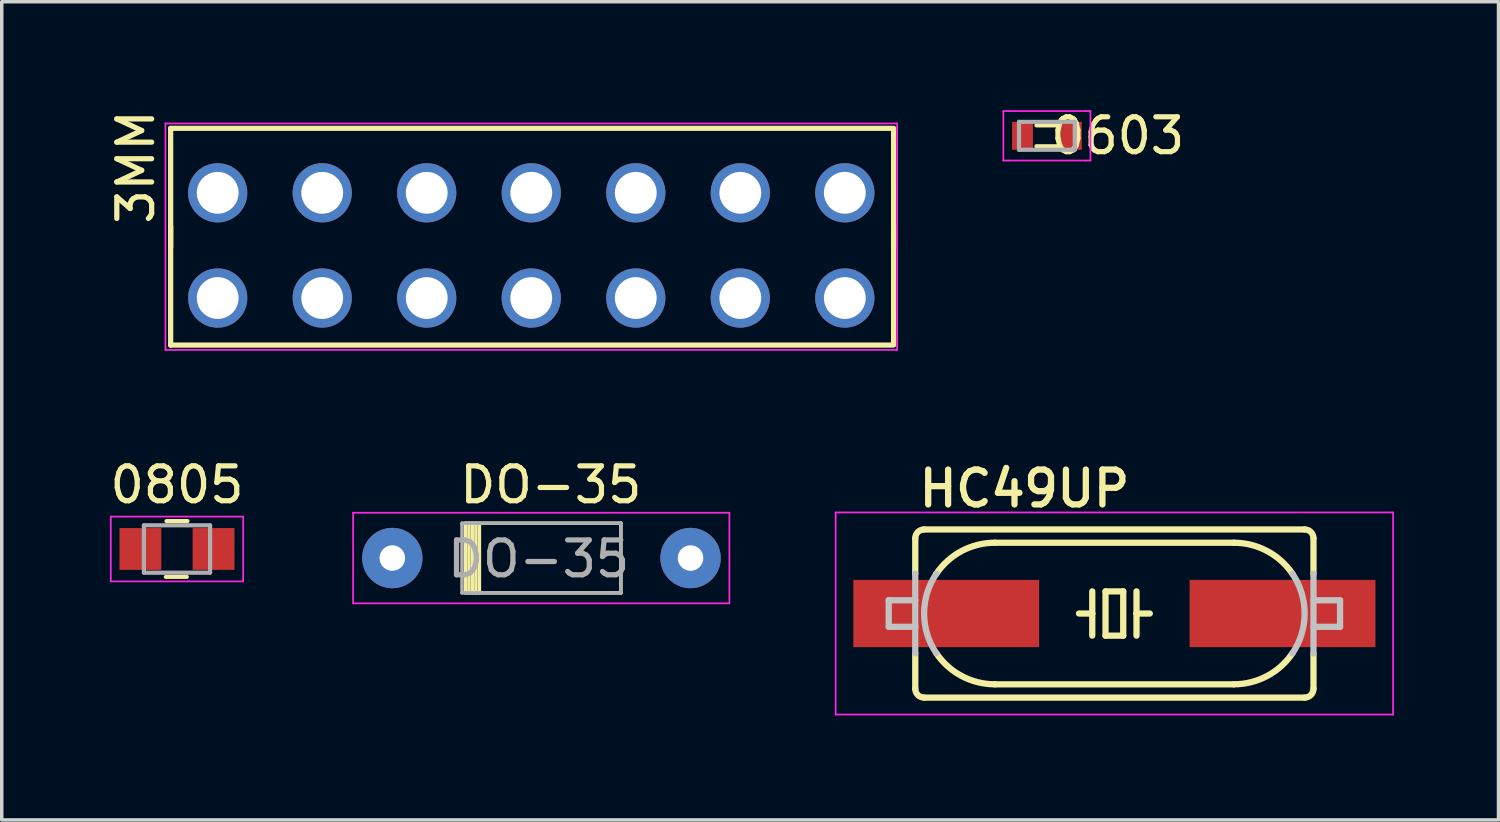
<source format=kicad_pcb>
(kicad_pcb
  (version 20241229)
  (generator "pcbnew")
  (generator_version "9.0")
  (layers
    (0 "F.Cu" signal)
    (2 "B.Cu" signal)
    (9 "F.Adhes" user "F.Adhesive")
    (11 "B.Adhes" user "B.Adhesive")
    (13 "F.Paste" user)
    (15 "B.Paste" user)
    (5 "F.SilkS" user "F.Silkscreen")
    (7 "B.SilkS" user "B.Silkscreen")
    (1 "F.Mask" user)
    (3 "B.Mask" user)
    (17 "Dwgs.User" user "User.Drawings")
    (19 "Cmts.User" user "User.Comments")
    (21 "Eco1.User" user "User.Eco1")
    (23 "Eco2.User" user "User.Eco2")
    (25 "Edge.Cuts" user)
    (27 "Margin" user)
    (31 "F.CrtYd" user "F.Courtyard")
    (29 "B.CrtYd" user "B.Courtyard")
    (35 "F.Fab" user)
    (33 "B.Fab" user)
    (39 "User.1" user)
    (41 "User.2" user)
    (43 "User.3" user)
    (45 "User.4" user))
  (footprint "0805"
    (layer "F.Cu")
    (at 2.03 12.707)
    (property "Reference" "0805" (at 0 -1.84 0) (layer "F.SilkS") (effects (font (size 1 1) (thickness 0.15))))
    (attr through_hole)
    (fp_line (start -0.32 0.8) (end 0.28 0.8) (stroke (width 0.12) (type solid)) (layer "F.SilkS"))
    (fp_line (start -0.3 -0.8) (end 0.3 -0.8) (stroke (width 0.12) (type solid)) (layer "F.SilkS"))
    (fp_line (start -1.9 -0.93) (end 1.9 -0.93) (stroke (width 0.05) (type solid)) (layer "F.CrtYd"))
    (fp_line (start -1.9 0.93) (end -1.9 -0.93) (stroke (width 0.05) (type solid)) (layer "F.CrtYd"))
    (fp_line (start -1.9 0.93) (end 1.9 0.93) (stroke (width 0.05) (type solid)) (layer "F.CrtYd"))
    (fp_line (start 1.9 0.93) (end 1.9 -0.93) (stroke (width 0.05) (type solid)) (layer "F.CrtYd"))
    (fp_line (start -0.95 -0.68) (end 0.95 -0.68) (stroke (width 0.12) (type solid)) (layer "F.Fab"))
    (fp_line (start -0.95 -0.675) (end -0.95 0.675) (stroke (width 0.12) (type solid)) (layer "F.Fab"))
    (fp_line (start -0.95 0.68) (end 0.95 0.68) (stroke (width 0.12) (type solid)) (layer "F.Fab"))
    (fp_line (start 0.95 -0.675) (end 0.95 0.675) (stroke (width 0.12) (type solid)) (layer "F.Fab"))
    (pad "1" smd rect (at -1.05 0) (size 1.2 1.2) (layers "F.Cu" "F.Mask" "F.Paste"))
    (pad "2" smd rect (at 1.05 0) (size 1.2 1.2) (layers "F.Cu" "F.Mask" "F.Paste")))
  (footprint "DO-35"
    (layer "F.Cu")
    (at 8.21 12.967)
    (property "Reference" "DO-35" (at 4.55 -2.1 0) (layer "F.SilkS") (effects (font (size 1 1) (thickness 0.15))))
    (attr through_hole)
    (fp_line (start 2.1 -1) (end 2.1 1) (stroke (width 0.1) (type solid)) (layer "F.SilkS"))
    (fp_line (start 2.1 -1) (end 6.56 -1) (stroke (width 0.1) (type solid)) (layer "F.SilkS"))
    (fp_line (start 2.2 -1) (end 2.2 1) (stroke (width 0.1) (type solid)) (layer "F.SilkS"))
    (fp_line (start 2.3 -1) (end 2.3 1) (stroke (width 0.1) (type solid)) (layer "F.SilkS"))
    (fp_line (start 2.4 -1) (end 2.4 1) (stroke (width 0.1) (type solid)) (layer "F.SilkS"))
    (fp_line (start 2.5 -1) (end 2.5 1) (stroke (width 0.1) (type solid)) (layer "F.SilkS"))
    (fp_line (start 6.56 -1) (end 6.56 1) (stroke (width 0.1) (type solid)) (layer "F.SilkS"))
    (fp_line (start 6.56 1) (end 2.1 1) (stroke (width 0.1) (type solid)) (layer "F.SilkS"))
    (fp_line (start -1.125 -1.3) (end -1.125 1.3) (stroke (width 0.05) (type solid)) (layer "F.CrtYd"))
    (fp_line (start -1.125 -1.3) (end 9.675 -1.3) (stroke (width 0.05) (type solid)) (layer "F.CrtYd"))
    (fp_line (start -1.125 1.3) (end 9.675 1.3) (stroke (width 0.05) (type solid)) (layer "F.CrtYd"))
    (fp_line (start 9.675 1.3) (end 9.675 -1.3) (stroke (width 0.05) (type solid)) (layer "F.CrtYd"))
    (fp_line (start 2 -1) (end 2 1) (stroke (width 0.1) (type solid)) (layer "F.Fab"))
    (fp_line (start 2 -1) (end 6.56 -1) (stroke (width 0.1) (type solid)) (layer "F.Fab"))
    (fp_line (start 6.56 -1) (end 6.56 1) (stroke (width 0.1) (type solid)) (layer "F.Fab"))
    (fp_line (start 6.56 1) (end 2 1) (stroke (width 0.1) (type solid)) (layer "F.Fab"))
    (fp_text user "${REFERENCE}" (at 4.2 0.025 0) (layer "F.Fab") (effects (font (size 1 1) (thickness 0.15))))
    (pad "A" thru_hole circle (at 8.56 0) (size 1.733 1.733) (drill 0.733) (layers "*.Cu" "*.Mask"))
    (pad "K" thru_hole circle (at 0 0) (size 1.733 1.733) (drill 0.733) (layers "*.Cu" "*.Mask")))
  (footprint "HC49UP"
    (layer "F.Cu")
    (at 28.935 14.559)
    (property "Reference" "HC49UP" (at -5.7 -3 0) (layer "F.SilkS") (effects (font (size 1 1) (thickness 0.18)) (justify left bottom)))
    (attr through_hole)
    (fp_line (start -5.715 -1.143) (end -5.715 -2.159) (stroke (width 0.18) (type solid)) (layer "F.SilkS"))
    (fp_line (start -5.715 2.159) (end -5.715 1.143) (stroke (width 0.18) (type solid)) (layer "F.SilkS"))
    (fp_line (start -3.429 -2.032) (end 3.429 -2.032) (stroke (width 0.18) (type solid)) (layer "F.SilkS"))
    (fp_line (start -0.635 -0.635) (end -0.635 0) (stroke (width 0.18) (type solid)) (layer "F.SilkS"))
    (fp_line (start -0.635 0) (end -1.016 0) (stroke (width 0.18) (type solid)) (layer "F.SilkS"))
    (fp_line (start -0.635 0) (end -0.635 0.635) (stroke (width 0.18) (type solid)) (layer "F.SilkS"))
    (fp_line (start -0.254 -0.635) (end -0.254 0.635) (stroke (width 0.18) (type solid)) (layer "F.SilkS"))
    (fp_line (start -0.254 0.635) (end 0.254 0.635) (stroke (width 0.18) (type solid)) (layer "F.SilkS"))
    (fp_line (start 0.254 -0.635) (end -0.254 -0.635) (stroke (width 0.18) (type solid)) (layer "F.SilkS"))
    (fp_line (start 0.254 0.635) (end 0.254 -0.635) (stroke (width 0.18) (type solid)) (layer "F.SilkS"))
    (fp_line (start 0.635 -0.635) (end 0.635 0) (stroke (width 0.18) (type solid)) (layer "F.SilkS"))
    (fp_line (start 0.635 0) (end 0.635 0.635) (stroke (width 0.18) (type solid)) (layer "F.SilkS"))
    (fp_line (start 0.635 0) (end 1.016 0) (stroke (width 0.18) (type solid)) (layer "F.SilkS"))
    (fp_line (start 3.429 2.032) (end -3.429 2.032) (stroke (width 0.18) (type solid)) (layer "F.SilkS"))
    (fp_line (start 5.461 -2.413) (end -5.461 -2.413) (stroke (width 0.18) (type solid)) (layer "F.SilkS"))
    (fp_line (start 5.461 2.413) (end -5.461 2.413) (stroke (width 0.18) (type solid)) (layer "F.SilkS"))
    (fp_line (start 5.715 -1.143) (end 5.715 -2.159) (stroke (width 0.18) (type solid)) (layer "F.SilkS"))
    (fp_line (start 5.715 2.159) (end 5.715 1.143) (stroke (width 0.18) (type solid)) (layer "F.SilkS"))
    (fp_arc (start -5.715 -2.159) (mid -5.640605 -2.338605) (end -5.461 -2.413) (stroke (width 0.18) (type solid)) (layer "F.SilkS"))
    (fp_arc (start -5.461 2.413) (mid -5.640605 2.338605) (end -5.715 2.159) (stroke (width 0.18) (type solid)) (layer "F.SilkS"))
    (fp_arc (start -5.1091 -1.143) (mid -4.379417 -1.796107) (end -3.429 -2.032101) (stroke (width 0.18) (type solid)) (layer "F.SilkS"))
    (fp_arc (start -3.429 2.032001) (mid -4.379408 1.796063) (end -5.1091 1.143) (stroke (width 0.18) (type solid)) (layer "F.SilkS"))
    (fp_arc (start 3.429 -2.032) (mid 4.379408 -1.796062) (end 5.1091 -1.142999) (stroke (width 0.18) (type solid)) (layer "F.SilkS"))
    (fp_arc (start 5.109 1.142899) (mid 4.379368 1.795994) (end 3.429 2.032) (stroke (width 0.18) (type solid)) (layer "F.SilkS"))
    (fp_arc (start 5.461 -2.413) (mid 5.640605 -2.338605) (end 5.715 -2.159) (stroke (width 0.18) (type solid)) (layer "F.SilkS"))
    (fp_arc (start 5.715 2.159) (mid 5.640605 2.338605) (end 5.461 2.413) (stroke (width 0.18) (type solid)) (layer "F.SilkS"))
    (fp_line (start -6.477 0.381) (end -6.477 -0.381) (stroke (width 0.18) (type solid)) (layer "Dwgs.User"))
    (fp_line (start -5.715 -0.381) (end -6.477 -0.381) (stroke (width 0.18) (type solid)) (layer "Dwgs.User"))
    (fp_line (start -5.715 -0.381) (end -5.715 -1.143) (stroke (width 0.18) (type solid)) (layer "Dwgs.User"))
    (fp_line (start -5.715 0.381) (end -6.477 0.381) (stroke (width 0.18) (type solid)) (layer "Dwgs.User"))
    (fp_line (start -5.715 0.381) (end -5.715 -0.381) (stroke (width 0.18) (type solid)) (layer "Dwgs.User"))
    (fp_line (start -5.715 1.143) (end -5.715 0.381) (stroke (width 0.18) (type solid)) (layer "Dwgs.User"))
    (fp_line (start 5.715 -0.381) (end 6.477 -0.381) (stroke (width 0.18) (type solid)) (layer "Dwgs.User"))
    (fp_line (start 5.715 0.381) (end 6.477 0.381) (stroke (width 0.18) (type solid)) (layer "Dwgs.User"))
    (fp_line (start 5.715 1.143) (end 5.715 -1.143) (stroke (width 0.18) (type solid)) (layer "Dwgs.User"))
    (fp_line (start 6.477 0.381) (end 6.477 -0.381) (stroke (width 0.18) (type solid)) (layer "Dwgs.User"))
    (fp_arc (start -5.1091 1.143) (mid -5.46104 0) (end -5.1091 -1.143) (stroke (width 0.18) (type solid)) (layer "Dwgs.User"))
    (fp_arc (start 5.1091 -1.143) (mid 5.46104 0) (end 5.1091 1.143) (stroke (width 0.18) (type solid)) (layer "Dwgs.User"))
    (fp_line (start -8 -2.9) (end 8 -2.9) (stroke (width 0.05) (type solid)) (layer "F.CrtYd"))
    (fp_line (start -8 2.9) (end -8 -2.9) (stroke (width 0.05) (type solid)) (layer "F.CrtYd"))
    (fp_line (start 8 -2.9) (end 8 2.9) (stroke (width 0.05) (type solid)) (layer "F.CrtYd"))
    (fp_line (start 8 2.9) (end -8 2.9) (stroke (width 0.05) (type solid)) (layer "F.CrtYd"))
    (pad "1" smd rect (at -4.826 0) (size 5.334 1.93) (layers "F.Cu" "F.Mask" "F.Paste"))
    (pad "2" smd rect (at 4.826 0) (size 5.334 1.93) (layers "F.Cu" "F.Mask" "F.Paste")))
  (footprint "0603"
    (layer "F.Cu")
    (at 26.998 0.848)
    (property "Reference" "0603" (at 2.032 0 0) (layer "F.SilkS") (effects (font (size 1 1) (thickness 0.15))))
    (attr through_hole)
    (fp_line (start -0.3 -0.3) (end 0.3 -0.3) (stroke (width 0.12) (type solid)) (layer "F.SilkS"))
    (fp_line (start -0.3 0.3) (end 0.3 0.3) (stroke (width 0.12) (type solid)) (layer "F.SilkS"))
    (fp_line (start -1.25 0.71) (end -1.25 -0.71) (stroke (width 0.05) (type solid)) (layer "F.CrtYd"))
    (fp_line (start -1.11 -0.71) (end -1.25 -0.71) (stroke (width 0.05) (type solid)) (layer "F.CrtYd"))
    (fp_line (start -1.11 -0.71) (end 1.11 -0.71) (stroke (width 0.05) (type solid)) (layer "F.CrtYd"))
    (fp_line (start -1.11 0.71) (end -1.25 0.71) (stroke (width 0.05) (type solid)) (layer "F.CrtYd"))
    (fp_line (start 1.11 -0.71) (end 1.25 -0.71) (stroke (width 0.05) (type solid)) (layer "F.CrtYd"))
    (fp_line (start 1.11 0.71) (end -1.11 0.71) (stroke (width 0.05) (type solid)) (layer "F.CrtYd"))
    (fp_line (start 1.11 0.71) (end 1.25 0.71) (stroke (width 0.05) (type solid)) (layer "F.CrtYd"))
    (fp_line (start 1.25 -0.71) (end 1.25 0.71) (stroke (width 0.05) (type solid)) (layer "F.CrtYd"))
    (fp_line (start -0.8 -0.4) (end -0.8 0.4) (stroke (width 0.12) (type solid)) (layer "F.Fab"))
    (fp_line (start -0.8 0.4) (end 0.8 0.4) (stroke (width 0.12) (type solid)) (layer "F.Fab"))
    (fp_line (start 0.8 -0.4) (end -0.8 -0.4) (stroke (width 0.12) (type solid)) (layer "F.Fab"))
    (fp_line (start 0.8 0.4) (end 0.8 -0.4) (stroke (width 0.12) (type solid)) (layer "F.Fab"))
    (pad "1" smd rect (at -0.7 0) (size 0.6 0.8) (layers "F.Cu" "F.Mask" "F.Paste"))
    (pad "2" smd rect (at 0.7 0) (size 0.6 0.8) (layers "F.Cu" "F.Mask" "F.Paste")))
  (footprint "3MM"
    (layer "F.Cu")
    (at 12.198 1.744)
    (property "Reference" "3MM" (at -11.35 0 90) (layer "F.SilkS") (effects (font (size 1 1) (thickness 0.15))))
    (attr through_hole)
    (fp_line (start -10.35 -1.11) (end -10.35 2.297) (stroke (width 0.15) (type solid)) (layer "F.SilkS"))
    (fp_line (start -10.35 1.703) (end -10.35 5.11) (stroke (width 0.15) (type solid)) (layer "F.SilkS"))
    (fp_line (start -10.35 5.11) (end 10.35 5.11) (stroke (width 0.15) (type solid)) (layer "F.SilkS"))
    (fp_line (start 10.35 -1.11) (end -10.35 -1.11) (stroke (width 0.15) (type solid)) (layer "F.SilkS"))
    (fp_line (start 10.4 -1.11) (end 10.4 2.297) (stroke (width 0.15) (type solid)) (layer "F.SilkS"))
    (fp_line (start 10.4 1.7) (end 10.4 5.107) (stroke (width 0.15) (type solid)) (layer "F.SilkS"))
    (fp_line (start -10.5 -1.25) (end 10.5 -1.25) (stroke (width 0.05) (type solid)) (layer "F.CrtYd"))
    (fp_line (start -10.5 5.25) (end -10.5 -1.25) (stroke (width 0.05) (type solid)) (layer "F.CrtYd"))
    (fp_line (start 10.5 -1.25) (end 10.5 5.25) (stroke (width 0.05) (type solid)) (layer "F.CrtYd"))
    (fp_line (start 10.5 5.25) (end -10.5 5.25) (stroke (width 0.05) (type solid)) (layer "F.CrtYd"))
    (pad "1" thru_hole circle (at -9 3.76) (size 1.7 1.7) (drill 1.2) (layers "*.Cu" "*.Mask"))
    (pad "2" thru_hole circle (at -6 3.76) (size 1.7 1.7) (drill 1.2) (layers "*.Cu" "*.Mask"))
    (pad "3" thru_hole circle (at -3 3.76) (size 1.7 1.7) (drill 1.2) (layers "*.Cu" "*.Mask"))
    (pad "4" thru_hole circle (at 0 3.76) (size 1.7 1.7) (drill 1.2) (layers "*.Cu" "*.Mask"))
    (pad "5" thru_hole circle (at 3 3.76) (size 1.7 1.7) (drill 1.2) (layers "*.Cu" "*.Mask"))
    (pad "6" thru_hole circle (at 6 3.76) (size 1.7 1.7) (drill 1.2) (layers "*.Cu" "*.Mask"))
    (pad "7" thru_hole circle (at 9 3.76) (size 1.7 1.7) (drill 1.2) (layers "*.Cu" "*.Mask"))
    (pad "8" thru_hole circle (at 9 0.74) (size 1.7 1.7) (drill 1.2) (layers "*.Cu" "*.Mask"))
    (pad "9" thru_hole circle (at 6 0.74) (size 1.7 1.7) (drill 1.2) (layers "*.Cu" "*.Mask"))
    (pad "10" thru_hole circle (at 3 0.74) (size 1.7 1.7) (drill 1.2) (layers "*.Cu" "*.Mask"))
    (pad "11" thru_hole circle (at 0 0.74) (size 1.7 1.7) (drill 1.2) (layers "*.Cu" "*.Mask"))
    (pad "12" thru_hole circle (at -3 0.74) (size 1.7 1.7) (drill 1.2) (layers "*.Cu" "*.Mask"))
    (pad "13" thru_hole circle (at -6 0.74) (size 1.7 1.7) (drill 1.2) (layers "*.Cu" "*.Mask"))
    (pad "14" thru_hole circle (at -9 0.74) (size 1.7 1.7) (drill 1.2) (layers "*.Cu" "*.Mask")))
  (gr_rect
    (start -3 -3)
    (end 39.96 20.484)
    (stroke (width 0.1) (type default))
    (fill no)
    (layer "Edge.Cuts")))
</source>
